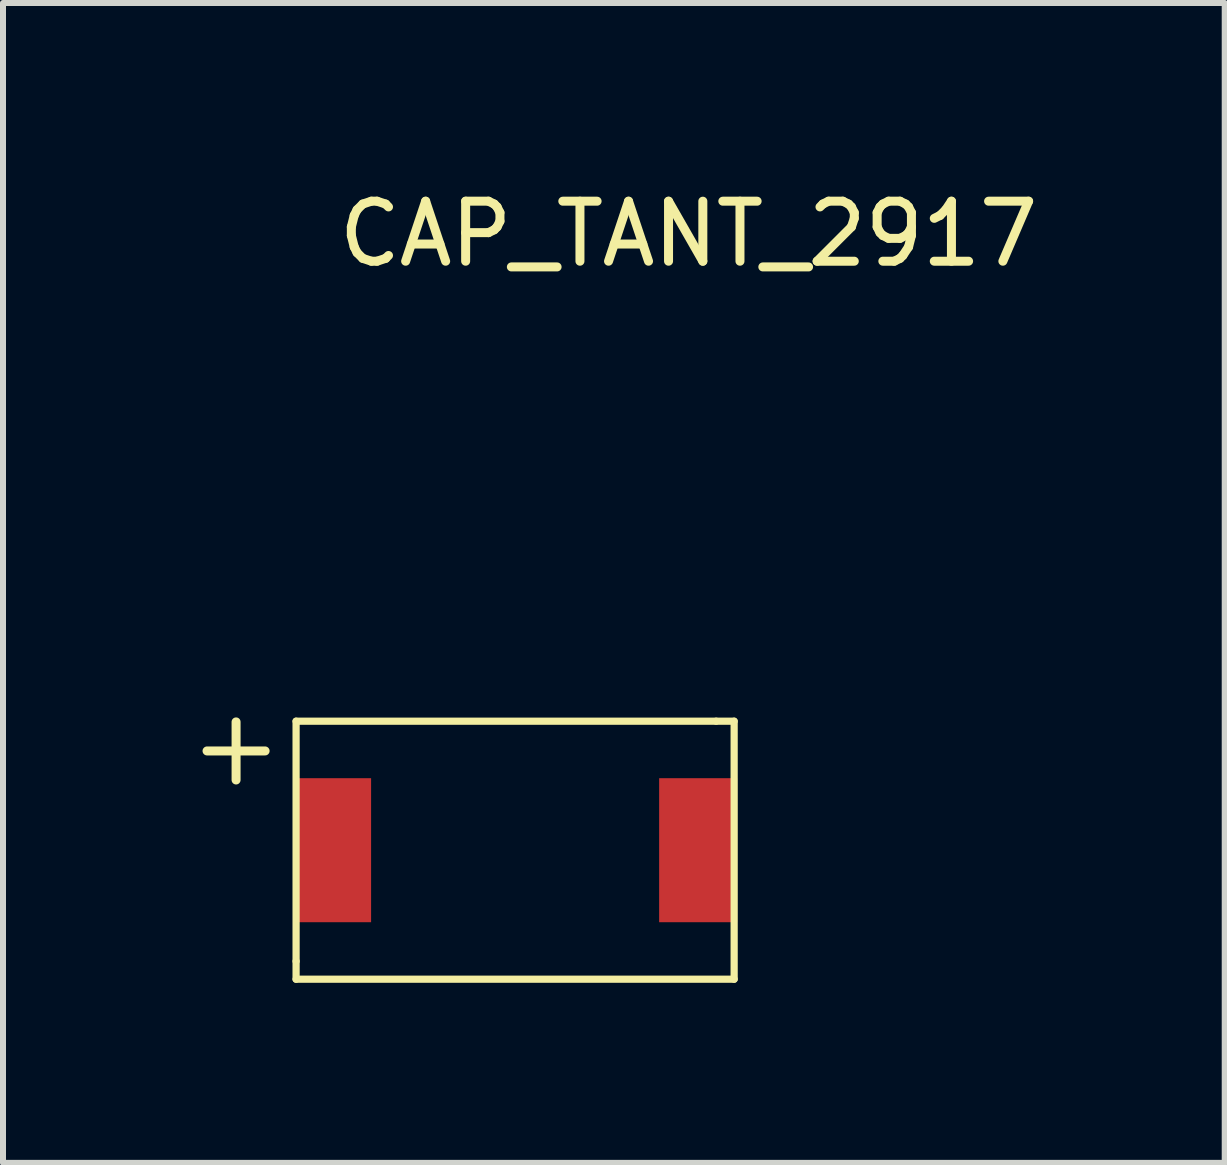
<source format=kicad_pcb>
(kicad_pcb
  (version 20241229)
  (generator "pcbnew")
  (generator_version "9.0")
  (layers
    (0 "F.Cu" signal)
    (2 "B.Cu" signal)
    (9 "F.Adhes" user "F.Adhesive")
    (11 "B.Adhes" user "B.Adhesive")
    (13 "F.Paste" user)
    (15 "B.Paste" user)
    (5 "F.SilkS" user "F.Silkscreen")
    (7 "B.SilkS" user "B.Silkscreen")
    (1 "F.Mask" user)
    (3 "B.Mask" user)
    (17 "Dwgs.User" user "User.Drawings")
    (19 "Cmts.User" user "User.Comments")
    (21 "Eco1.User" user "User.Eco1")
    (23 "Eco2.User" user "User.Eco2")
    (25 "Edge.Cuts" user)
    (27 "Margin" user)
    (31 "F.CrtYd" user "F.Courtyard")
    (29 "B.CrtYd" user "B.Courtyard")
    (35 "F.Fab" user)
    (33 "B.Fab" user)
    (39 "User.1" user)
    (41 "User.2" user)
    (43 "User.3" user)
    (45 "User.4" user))
  (footprint "CAP_TANT_2917"
    (layer "F.Cu")
    (at 5.884 7.968)
    (property "Reference" "CAP_TANT_2917" (at 2.54 -7.12 0) (layer "F.SilkS") (effects (font (size 1 1) (thickness 0.15))))
    (attr through_hole)
    (fp_line (start -4 1) (end -4 5) (stroke (width 0.12) (type solid)) (layer "F.SilkS"))
    (fp_line (start -4 1) (end 3 1) (stroke (width 0.12) (type solid)) (layer "F.SilkS"))
    (fp_line (start -4 5) (end -4 5.3) (stroke (width 0.12) (type solid)) (layer "F.SilkS"))
    (fp_line (start 3 1) (end 3.3 1) (stroke (width 0.12) (type solid)) (layer "F.SilkS"))
    (fp_line (start 3.3 1) (end 3.3 5.3) (stroke (width 0.12) (type solid)) (layer "F.SilkS"))
    (fp_line (start 3.3 5.3) (end -4 5.3) (stroke (width 0.12) (type solid)) (layer "F.SilkS"))
    (fp_text user "+" (at -5 1.4 0) (layer "F.SilkS") (effects (font (size 1.27 1.27) (thickness 0.15))))
    (pad "1" smd rect (at -3.4 3.15) (size 1.3 2.4) (layers "F.Cu" "F.Mask" "F.Paste"))
    (pad "2" smd rect (at 2.7 3.15) (size 1.3 2.4) (layers "F.Cu" "F.Mask" "F.Paste")))
  (gr_rect
    (start -3 -3)
    (end 17.359 16.328)
    (stroke (width 0.1) (type default))
    (fill no)
    (layer "Edge.Cuts")))
</source>
